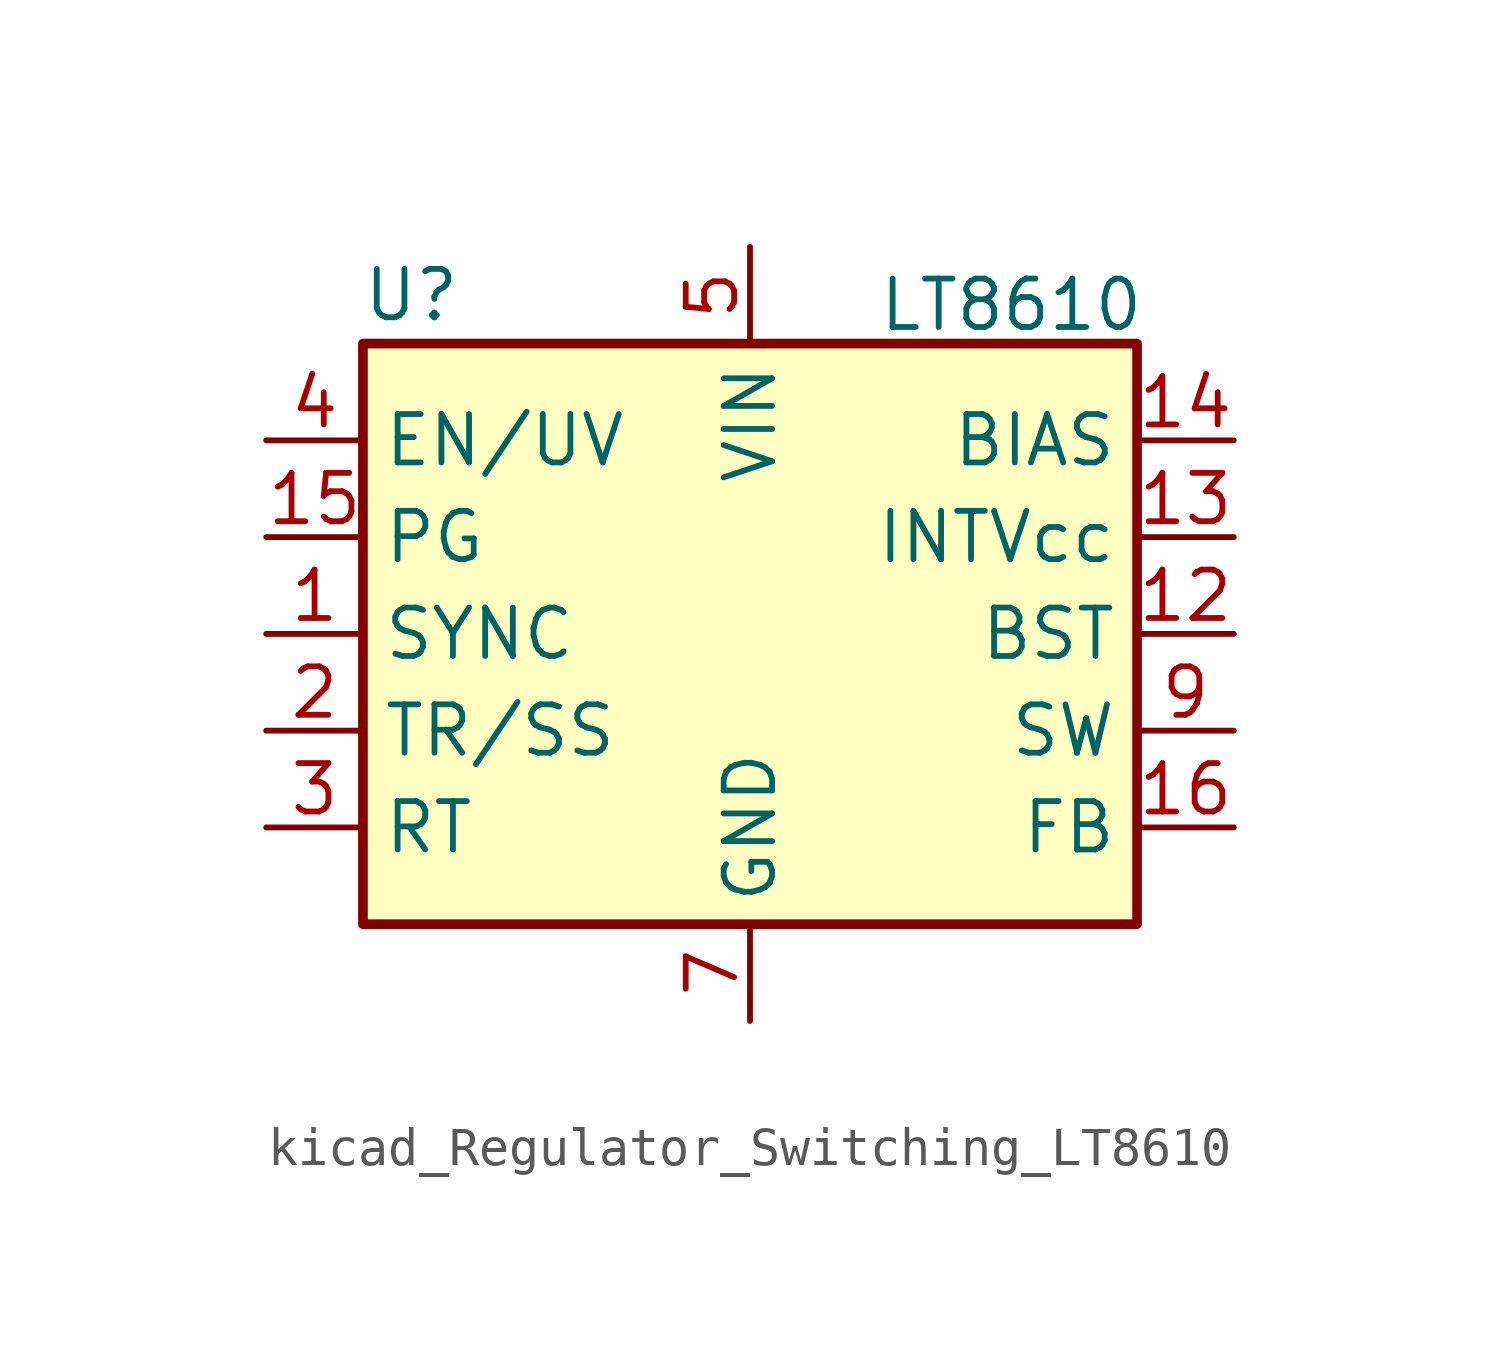
<source format=kicad_sym>
(kicad_symbol_lib
  (version 20220914)
  (generator kicad_symbol_editor)
  (symbol "kicad_Regulator_Switching_LT8610"
    (property "Reference" "U"
      (at -8.89 8.89 0)
      (effects (font (size 1.27 1.27))))
    (property "Value" "LT8610"
      (at 6.858 8.636 0)
      (effects (font (size 1.27 1.27))))
    (symbol "kicad_Regulator_Switching_LT8610_0_1"
      (rectangle (start -10.16 7.62) (end 10.16 -7.62) (stroke (width 0.254) (type default)) (fill (type background))))
    (symbol "kicad_Regulator_Switching_LT8610_1_1"
      (pin input line (at -12.7 0 0) (length 2.54) (name "SYNC" (effects (font (size 1.27 1.27)))) (number "1" (effects (font (size 1.27 1.27)))))
      (pin passive line (at 12.7 -2.54 180) (length 2.54) hide (name "SW" (effects (font (size 1.27 1.27)))) (number "10" (effects (font (size 1.27 1.27)))))
      (pin passive line (at 12.7 -2.54 180) (length 2.54) hide (name "SW" (effects (font (size 1.27 1.27)))) (number "11" (effects (font (size 1.27 1.27)))))
      (pin input line (at 12.7 0 180) (length 2.54) (name "BST" (effects (font (size 1.27 1.27)))) (number "12" (effects (font (size 1.27 1.27)))))
      (pin passive line (at 12.7 2.54 180) (length 2.54) (name "INTVcc" (effects (font (size 1.27 1.27)))) (number "13" (effects (font (size 1.27 1.27)))))
      (pin input line (at 12.7 5.08 180) (length 2.54) (name "BIAS" (effects (font (size 1.27 1.27)))) (number "14" (effects (font (size 1.27 1.27)))))
      (pin open_collector line (at -12.7 2.54 0) (length 2.54) (name "PG" (effects (font (size 1.27 1.27)))) (number "15" (effects (font (size 1.27 1.27)))))
      (pin input line (at 12.7 -5.08 180) (length 2.54) (name "FB" (effects (font (size 1.27 1.27)))) (number "16" (effects (font (size 1.27 1.27)))))
      (pin passive line (at 0 -10.16 90) (length 2.54) hide (name "GND" (effects (font (size 1.27 1.27)))) (number "17" (effects (font (size 1.27 1.27)))))
      (pin input line (at -12.7 -2.54 0) (length 2.54) (name "TR/SS" (effects (font (size 1.27 1.27)))) (number "2" (effects (font (size 1.27 1.27)))))
      (pin passive line (at -12.7 -5.08 0) (length 2.54) (name "RT" (effects (font (size 1.27 1.27)))) (number "3" (effects (font (size 1.27 1.27)))))
      (pin input line (at -12.7 5.08 0) (length 2.54) (name "EN/UV" (effects (font (size 1.27 1.27)))) (number "4" (effects (font (size 1.27 1.27)))))
      (pin power_in line (at 0 10.16 270) (length 2.54) (name "VIN" (effects (font (size 1.27 1.27)))) (number "5" (effects (font (size 1.27 1.27)))))
      (pin passive line (at 0 10.16 270) (length 2.54) hide (name "VIN" (effects (font (size 1.27 1.27)))) (number "6" (effects (font (size 1.27 1.27)))))
      (pin power_in line (at 0 -10.16 90) (length 2.54) (name "GND" (effects (font (size 1.27 1.27)))) (number "7" (effects (font (size 1.27 1.27)))))
      (pin passive line (at 0 -10.16 90) (length 2.54) hide (name "GND" (effects (font (size 1.27 1.27)))) (number "8" (effects (font (size 1.27 1.27)))))
      (pin output line (at 12.7 -2.54 180) (length 2.54) (name "SW" (effects (font (size 1.27 1.27)))) (number "9" (effects (font (size 1.27 1.27))))))))
</source>
